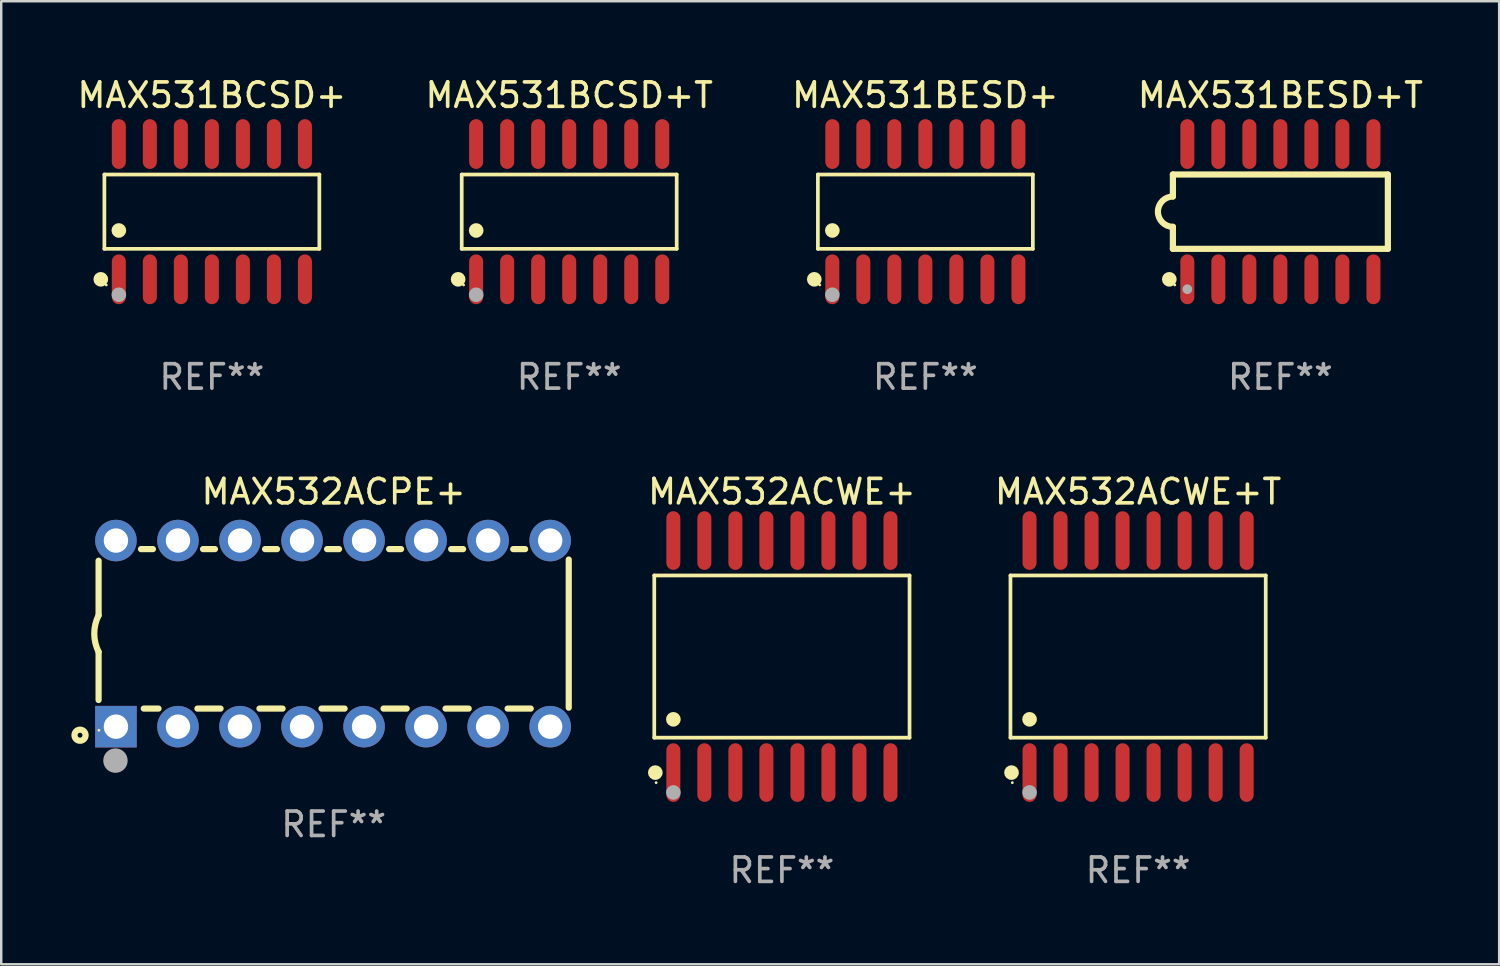
<source format=kicad_pcb>
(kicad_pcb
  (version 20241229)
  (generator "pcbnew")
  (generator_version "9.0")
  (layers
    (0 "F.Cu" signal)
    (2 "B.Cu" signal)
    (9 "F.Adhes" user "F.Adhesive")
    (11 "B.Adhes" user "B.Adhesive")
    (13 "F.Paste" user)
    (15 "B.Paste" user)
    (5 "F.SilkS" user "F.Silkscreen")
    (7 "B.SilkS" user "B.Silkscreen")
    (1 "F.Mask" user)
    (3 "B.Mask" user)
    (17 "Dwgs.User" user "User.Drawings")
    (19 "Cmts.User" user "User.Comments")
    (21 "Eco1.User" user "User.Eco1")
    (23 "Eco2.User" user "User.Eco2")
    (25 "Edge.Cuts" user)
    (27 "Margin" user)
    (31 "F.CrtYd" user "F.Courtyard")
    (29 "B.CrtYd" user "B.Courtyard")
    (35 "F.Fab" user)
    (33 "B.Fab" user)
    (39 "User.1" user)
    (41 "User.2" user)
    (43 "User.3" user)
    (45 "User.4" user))
  (footprint "MAX531BESD+T"
    (layer "F.Cu")
    (at 49.375 5.617)
    (property "Reference" "MAX531BESD+T" (at 0 -4.769 0) (layer "F.SilkS") (effects (font (size 1 1) (thickness 0.15))))
    (attr through_hole)
    (fp_line (start -4.401 -1.522) (end -4.401 -0.622) (stroke (width 0.254) (type solid)) (layer "F.SilkS"))
    (fp_line (start -4.401 -1.522) (end 4.401 -1.522) (stroke (width 0.254) (type solid)) (layer "F.SilkS"))
    (fp_line (start -4.401 1.521) (end -4.401 0.621) (stroke (width 0.254) (type solid)) (layer "F.SilkS"))
    (fp_line (start 4.401 -1.522) (end 4.401 1.521) (stroke (width 0.254) (type solid)) (layer "F.SilkS"))
    (fp_line (start 4.401 1.521) (end -4.401 1.521) (stroke (width 0.254) (type solid)) (layer "F.SilkS"))
    (fp_arc (start -4.401219 0.621311) (mid -5.021261 -0.000419) (end -4.400101 -0.621032) (stroke (width 0.254001) (type solid)) (layer "F.SilkS"))
    (fp_circle (center -4.549 2.769) (end -4.399 2.769) (stroke (width 0.3) (type solid)) (fill no) (layer "F.SilkS"))
    (fp_circle (center -4.325 3) (end -4.295 3) (stroke (width 0.06) (type solid)) (fill no) (layer "F.SilkS"))
    (fp_circle (center -3.81 3.175) (end -3.71 3.175) (stroke (width 0.2) (type solid)) (fill no) (layer "F.Fab"))
    (fp_text user "REF**" (at 0 6.769 0) (layer "F.Fab") (effects (font (size 1 1) (thickness 0.15))))
    (pad "1" smd oval (at -3.81 2.769) (size 0.574 2.038) (layers "F.Cu" "F.Mask" "F.Paste"))
    (pad "2" smd oval (at -2.54 2.769) (size 0.574 2.038) (layers "F.Cu" "F.Mask" "F.Paste"))
    (pad "3" smd oval (at -1.27 2.769) (size 0.574 2.038) (layers "F.Cu" "F.Mask" "F.Paste"))
    (pad "4" smd oval (at -0.000051 2.769) (size 0.574 2.038) (layers "F.Cu" "F.Mask" "F.Paste"))
    (pad "5" smd oval (at 1.27 2.769) (size 0.574 2.038) (layers "F.Cu" "F.Mask" "F.Paste"))
    (pad "6" smd oval (at 2.54 2.769) (size 0.574 2.038) (layers "F.Cu" "F.Mask" "F.Paste"))
    (pad "7" smd oval (at 3.81 2.769) (size 0.574 2.038) (layers "F.Cu" "F.Mask" "F.Paste"))
    (pad "8" smd oval (at 3.81 -2.769) (size 0.574 2.038) (layers "F.Cu" "F.Mask" "F.Paste"))
    (pad "9" smd oval (at 2.54 -2.769) (size 0.574 2.038) (layers "F.Cu" "F.Mask" "F.Paste"))
    (pad "10" smd oval (at 1.27 -2.769) (size 0.574 2.038) (layers "F.Cu" "F.Mask" "F.Paste"))
    (pad "11" smd oval (at -0.000051 -2.769) (size 0.574 2.038) (layers "F.Cu" "F.Mask" "F.Paste"))
    (pad "12" smd oval (at -1.27 -2.769) (size 0.574 2.038) (layers "F.Cu" "F.Mask" "F.Paste"))
    (pad "13" smd oval (at -2.54 -2.769) (size 0.574 2.038) (layers "F.Cu" "F.Mask" "F.Paste"))
    (pad "14" smd oval (at -3.81 -2.769) (size 0.574 2.038) (layers "F.Cu" "F.Mask" "F.Paste")))
  (footprint "MAX531BESD+"
    (layer "F.Cu")
    (at 34.839 5.617)
    (property "Reference" "MAX531BESD+" (at 0 -4.769 0) (layer "F.SilkS") (effects (font (size 1 1) (thickness 0.15))))
    (attr through_hole)
    (fp_line (start -4.401 -1.521) (end 4.401 -1.521) (stroke (width 0.152) (type solid)) (layer "F.SilkS"))
    (fp_line (start -4.401 1.521) (end -4.401 -1.521) (stroke (width 0.152) (type solid)) (layer "F.SilkS"))
    (fp_line (start 4.401 -1.521) (end 4.401 1.521) (stroke (width 0.152) (type solid)) (layer "F.SilkS"))
    (fp_line (start 4.401 1.521) (end -4.401 1.521) (stroke (width 0.152) (type solid)) (layer "F.SilkS"))
    (fp_circle (center -4.549 2.769) (end -4.399 2.769) (stroke (width 0.3) (type solid)) (fill no) (layer "F.SilkS"))
    (fp_circle (center -4.325 3) (end -4.295 3) (stroke (width 0.06) (type solid)) (fill no) (layer "F.SilkS"))
    (fp_circle (center -3.81 0.769) (end -3.66 0.769) (stroke (width 0.3) (type solid)) (fill no) (layer "F.SilkS"))
    (fp_circle (center -3.81 3.4) (end -3.66 3.4) (stroke (width 0.3) (type solid)) (fill no) (layer "F.Fab"))
    (fp_text user "REF**" (at 0 6.769 0) (layer "F.Fab") (effects (font (size 1 1) (thickness 0.15))))
    (pad "1" smd oval (at -3.81 2.769) (size 0.574 2.038) (layers "F.Cu" "F.Mask" "F.Paste"))
    (pad "2" smd oval (at -2.54 2.769) (size 0.574 2.038) (layers "F.Cu" "F.Mask" "F.Paste"))
    (pad "3" smd oval (at -1.27 2.769) (size 0.574 2.038) (layers "F.Cu" "F.Mask" "F.Paste"))
    (pad "4" smd oval (at 0 2.769) (size 0.574 2.038) (layers "F.Cu" "F.Mask" "F.Paste"))
    (pad "5" smd oval (at 1.27 2.769) (size 0.574 2.038) (layers "F.Cu" "F.Mask" "F.Paste"))
    (pad "6" smd oval (at 2.54 2.769) (size 0.574 2.038) (layers "F.Cu" "F.Mask" "F.Paste"))
    (pad "7" smd oval (at 3.81 2.769) (size 0.574 2.038) (layers "F.Cu" "F.Mask" "F.Paste"))
    (pad "8" smd oval (at 3.81 -2.769) (size 0.574 2.038) (layers "F.Cu" "F.Mask" "F.Paste"))
    (pad "9" smd oval (at 2.54 -2.769) (size 0.574 2.038) (layers "F.Cu" "F.Mask" "F.Paste"))
    (pad "10" smd oval (at 1.27 -2.769) (size 0.574 2.038) (layers "F.Cu" "F.Mask" "F.Paste"))
    (pad "11" smd oval (at 0 -2.769) (size 0.574 2.038) (layers "F.Cu" "F.Mask" "F.Paste"))
    (pad "12" smd oval (at -1.27 -2.769) (size 0.574 2.038) (layers "F.Cu" "F.Mask" "F.Paste"))
    (pad "13" smd oval (at -2.54 -2.769) (size 0.574 2.038) (layers "F.Cu" "F.Mask" "F.Paste"))
    (pad "14" smd oval (at -3.81 -2.769) (size 0.574 2.038) (layers "F.Cu" "F.Mask" "F.Paste")))
  (footprint "MAX532ACWE+"
    (layer "F.Cu")
    (at 28.965 23.833)
    (property "Reference" "MAX532ACWE+" (at 0 -6.75 0) (layer "F.SilkS") (effects (font (size 1 1) (thickness 0.15))))
    (attr through_hole)
    (fp_line (start -5.226 -3.321) (end 5.226 -3.321) (stroke (width 0.152) (type solid)) (layer "F.SilkS"))
    (fp_line (start -5.226 3.321) (end -5.226 -3.321) (stroke (width 0.152) (type solid)) (layer "F.SilkS"))
    (fp_line (start 5.226 -3.321) (end 5.226 3.321) (stroke (width 0.152) (type solid)) (layer "F.SilkS"))
    (fp_line (start 5.226 3.321) (end -5.226 3.321) (stroke (width 0.152) (type solid)) (layer "F.SilkS"))
    (fp_circle (center -5.184 4.75) (end -5.034 4.75) (stroke (width 0.3) (type solid)) (fill no) (layer "F.SilkS"))
    (fp_circle (center -5.15 5.163) (end -5.12 5.163) (stroke (width 0.06) (type solid)) (fill no) (layer "F.SilkS"))
    (fp_circle (center -4.445 2.569) (end -4.295 2.569) (stroke (width 0.3) (type solid)) (fill no) (layer "F.SilkS"))
    (fp_circle (center -4.445 5.563) (end -4.295 5.563) (stroke (width 0.3) (type solid)) (fill no) (layer "F.Fab"))
    (fp_text user "REF**" (at 0 8.75 0) (layer "F.Fab") (effects (font (size 1 1) (thickness 0.15))))
    (pad "1" smd oval (at -4.445 4.75) (size 0.574 2.401) (layers "F.Cu" "F.Mask" "F.Paste"))
    (pad "2" smd oval (at -3.175 4.75) (size 0.574 2.401) (layers "F.Cu" "F.Mask" "F.Paste"))
    (pad "3" smd oval (at -1.905 4.75) (size 0.574 2.401) (layers "F.Cu" "F.Mask" "F.Paste"))
    (pad "4" smd oval (at -0.635 4.75) (size 0.574 2.401) (layers "F.Cu" "F.Mask" "F.Paste"))
    (pad "5" smd oval (at 0.635 4.75) (size 0.574 2.401) (layers "F.Cu" "F.Mask" "F.Paste"))
    (pad "6" smd oval (at 1.905 4.75) (size 0.574 2.401) (layers "F.Cu" "F.Mask" "F.Paste"))
    (pad "7" smd oval (at 3.175 4.75) (size 0.574 2.401) (layers "F.Cu" "F.Mask" "F.Paste"))
    (pad "8" smd oval (at 4.445 4.75) (size 0.574 2.401) (layers "F.Cu" "F.Mask" "F.Paste"))
    (pad "9" smd oval (at 4.445 -4.75) (size 0.574 2.401) (layers "F.Cu" "F.Mask" "F.Paste"))
    (pad "10" smd oval (at 3.175 -4.75) (size 0.574 2.401) (layers "F.Cu" "F.Mask" "F.Paste"))
    (pad "11" smd oval (at 1.905 -4.75) (size 0.574 2.401) (layers "F.Cu" "F.Mask" "F.Paste"))
    (pad "12" smd oval (at 0.635 -4.75) (size 0.574 2.401) (layers "F.Cu" "F.Mask" "F.Paste"))
    (pad "13" smd oval (at -0.635 -4.75) (size 0.574 2.401) (layers "F.Cu" "F.Mask" "F.Paste"))
    (pad "14" smd oval (at -1.905 -4.75) (size 0.574 2.401) (layers "F.Cu" "F.Mask" "F.Paste"))
    (pad "15" smd oval (at -3.175 -4.75) (size 0.574 2.401) (layers "F.Cu" "F.Mask" "F.Paste"))
    (pad "16" smd oval (at -4.445 -4.75) (size 0.574 2.401) (layers "F.Cu" "F.Mask" "F.Paste")))
  (footprint "MAX531BCSD+"
    (layer "F.Cu")
    (at 5.625 5.617)
    (property "Reference" "MAX531BCSD+" (at 0 -4.769 0) (layer "F.SilkS") (effects (font (size 1 1) (thickness 0.15))))
    (attr through_hole)
    (fp_line (start -4.401 -1.521) (end 4.401 -1.521) (stroke (width 0.152) (type solid)) (layer "F.SilkS"))
    (fp_line (start -4.401 1.521) (end -4.401 -1.521) (stroke (width 0.152) (type solid)) (layer "F.SilkS"))
    (fp_line (start 4.401 -1.521) (end 4.401 1.521) (stroke (width 0.152) (type solid)) (layer "F.SilkS"))
    (fp_line (start 4.401 1.521) (end -4.401 1.521) (stroke (width 0.152) (type solid)) (layer "F.SilkS"))
    (fp_circle (center -4.549 2.769) (end -4.399 2.769) (stroke (width 0.3) (type solid)) (fill no) (layer "F.SilkS"))
    (fp_circle (center -4.325 3) (end -4.295 3) (stroke (width 0.06) (type solid)) (fill no) (layer "F.SilkS"))
    (fp_circle (center -3.81 0.769) (end -3.66 0.769) (stroke (width 0.3) (type solid)) (fill no) (layer "F.SilkS"))
    (fp_circle (center -3.81 3.4) (end -3.66 3.4) (stroke (width 0.3) (type solid)) (fill no) (layer "F.Fab"))
    (fp_text user "REF**" (at 0 6.769 0) (layer "F.Fab") (effects (font (size 1 1) (thickness 0.15))))
    (pad "1" smd oval (at -3.81 2.769) (size 0.574 2.038) (layers "F.Cu" "F.Mask" "F.Paste"))
    (pad "2" smd oval (at -2.54 2.769) (size 0.574 2.038) (layers "F.Cu" "F.Mask" "F.Paste"))
    (pad "3" smd oval (at -1.27 2.769) (size 0.574 2.038) (layers "F.Cu" "F.Mask" "F.Paste"))
    (pad "4" smd oval (at 0 2.769) (size 0.574 2.038) (layers "F.Cu" "F.Mask" "F.Paste"))
    (pad "5" smd oval (at 1.27 2.769) (size 0.574 2.038) (layers "F.Cu" "F.Mask" "F.Paste"))
    (pad "6" smd oval (at 2.54 2.769) (size 0.574 2.038) (layers "F.Cu" "F.Mask" "F.Paste"))
    (pad "7" smd oval (at 3.81 2.769) (size 0.574 2.038) (layers "F.Cu" "F.Mask" "F.Paste"))
    (pad "8" smd oval (at 3.81 -2.769) (size 0.574 2.038) (layers "F.Cu" "F.Mask" "F.Paste"))
    (pad "9" smd oval (at 2.54 -2.769) (size 0.574 2.038) (layers "F.Cu" "F.Mask" "F.Paste"))
    (pad "10" smd oval (at 1.27 -2.769) (size 0.574 2.038) (layers "F.Cu" "F.Mask" "F.Paste"))
    (pad "11" smd oval (at 0 -2.769) (size 0.574 2.038) (layers "F.Cu" "F.Mask" "F.Paste"))
    (pad "12" smd oval (at -1.27 -2.769) (size 0.574 2.038) (layers "F.Cu" "F.Mask" "F.Paste"))
    (pad "13" smd oval (at -2.54 -2.769) (size 0.574 2.038) (layers "F.Cu" "F.Mask" "F.Paste"))
    (pad "14" smd oval (at -3.81 -2.769) (size 0.574 2.038) (layers "F.Cu" "F.Mask" "F.Paste")))
  (footprint "MAX532ACWE+T"
    (layer "F.Cu")
    (at 43.549 23.833)
    (property "Reference" "MAX532ACWE+T" (at 0 -6.75 0) (layer "F.SilkS") (effects (font (size 1 1) (thickness 0.15))))
    (attr through_hole)
    (fp_line (start -5.226 -3.321) (end 5.226 -3.321) (stroke (width 0.152) (type solid)) (layer "F.SilkS"))
    (fp_line (start -5.226 3.321) (end -5.226 -3.321) (stroke (width 0.152) (type solid)) (layer "F.SilkS"))
    (fp_line (start 5.226 -3.321) (end 5.226 3.321) (stroke (width 0.152) (type solid)) (layer "F.SilkS"))
    (fp_line (start 5.226 3.321) (end -5.226 3.321) (stroke (width 0.152) (type solid)) (layer "F.SilkS"))
    (fp_circle (center -5.184 4.75) (end -5.034 4.75) (stroke (width 0.3) (type solid)) (fill no) (layer "F.SilkS"))
    (fp_circle (center -5.15 5.163) (end -5.12 5.163) (stroke (width 0.06) (type solid)) (fill no) (layer "F.SilkS"))
    (fp_circle (center -4.445 2.569) (end -4.295 2.569) (stroke (width 0.3) (type solid)) (fill no) (layer "F.SilkS"))
    (fp_circle (center -4.445 5.563) (end -4.295 5.563) (stroke (width 0.3) (type solid)) (fill no) (layer "F.Fab"))
    (fp_text user "REF**" (at 0 8.75 0) (layer "F.Fab") (effects (font (size 1 1) (thickness 0.15))))
    (pad "1" smd oval (at -4.445 4.75) (size 0.574 2.401) (layers "F.Cu" "F.Mask" "F.Paste"))
    (pad "2" smd oval (at -3.175 4.75) (size 0.574 2.401) (layers "F.Cu" "F.Mask" "F.Paste"))
    (pad "3" smd oval (at -1.905 4.75) (size 0.574 2.401) (layers "F.Cu" "F.Mask" "F.Paste"))
    (pad "4" smd oval (at -0.635 4.75) (size 0.574 2.401) (layers "F.Cu" "F.Mask" "F.Paste"))
    (pad "5" smd oval (at 0.635 4.75) (size 0.574 2.401) (layers "F.Cu" "F.Mask" "F.Paste"))
    (pad "6" smd oval (at 1.905 4.75) (size 0.574 2.401) (layers "F.Cu" "F.Mask" "F.Paste"))
    (pad "7" smd oval (at 3.175 4.75) (size 0.574 2.401) (layers "F.Cu" "F.Mask" "F.Paste"))
    (pad "8" smd oval (at 4.445 4.75) (size 0.574 2.401) (layers "F.Cu" "F.Mask" "F.Paste"))
    (pad "9" smd oval (at 4.445 -4.75) (size 0.574 2.401) (layers "F.Cu" "F.Mask" "F.Paste"))
    (pad "10" smd oval (at 3.175 -4.75) (size 0.574 2.401) (layers "F.Cu" "F.Mask" "F.Paste"))
    (pad "11" smd oval (at 1.905 -4.75) (size 0.574 2.401) (layers "F.Cu" "F.Mask" "F.Paste"))
    (pad "12" smd oval (at 0.635 -4.75) (size 0.574 2.401) (layers "F.Cu" "F.Mask" "F.Paste"))
    (pad "13" smd oval (at -0.635 -4.75) (size 0.574 2.401) (layers "F.Cu" "F.Mask" "F.Paste"))
    (pad "14" smd oval (at -1.905 -4.75) (size 0.574 2.401) (layers "F.Cu" "F.Mask" "F.Paste"))
    (pad "15" smd oval (at -3.175 -4.75) (size 0.574 2.401) (layers "F.Cu" "F.Mask" "F.Paste"))
    (pad "16" smd oval (at -4.445 -4.75) (size 0.574 2.401) (layers "F.Cu" "F.Mask" "F.Paste")))
  (footprint "MAX532ACPE+"
    (layer "F.Cu")
    (at 10.612 22.893)
    (property "Reference" "MAX532ACPE+" (at 0 -5.81 0) (layer "F.SilkS") (effects (font (size 1 1) (thickness 0.15))))
    (attr through_hole)
    (fp_line (start -9.625 -0.75) (end -9.625 -2.985) (stroke (width 0.254) (type solid)) (layer "F.SilkS"))
    (fp_line (start -9.625 0.749) (end -9.625 2.719) (stroke (width 0.254) (type solid)) (layer "F.SilkS"))
    (fp_line (start -7.889 -3.46) (end -7.401 -3.46) (stroke (width 0.254) (type solid)) (layer "F.SilkS"))
    (fp_line (start -7.775 3.07) (end -7.172 3.07) (stroke (width 0.254) (type solid)) (layer "F.SilkS"))
    (fp_line (start -5.578 3.07) (end -4.632 3.07) (stroke (width 0.254) (type solid)) (layer "F.SilkS"))
    (fp_line (start -5.349 -3.46) (end -4.861 -3.46) (stroke (width 0.254) (type solid)) (layer "F.SilkS"))
    (fp_line (start -3.038 3.07) (end -2.092 3.07) (stroke (width 0.254) (type solid)) (layer "F.SilkS"))
    (fp_line (start -2.809 -3.46) (end -2.321 -3.46) (stroke (width 0.254) (type solid)) (layer "F.SilkS"))
    (fp_line (start -0.498 3.07) (end 0.448 3.07) (stroke (width 0.254) (type solid)) (layer "F.SilkS"))
    (fp_line (start -0.269 -3.46) (end 0.219 -3.46) (stroke (width 0.254) (type solid)) (layer "F.SilkS"))
    (fp_line (start 2.042 3.07) (end 2.988 3.07) (stroke (width 0.254) (type solid)) (layer "F.SilkS"))
    (fp_line (start 2.271 -3.46) (end 2.759 -3.46) (stroke (width 0.254) (type solid)) (layer "F.SilkS"))
    (fp_line (start 4.582 3.07) (end 5.528 3.07) (stroke (width 0.254) (type solid)) (layer "F.SilkS"))
    (fp_line (start 4.811 -3.46) (end 5.299 -3.46) (stroke (width 0.254) (type solid)) (layer "F.SilkS"))
    (fp_line (start 7.122 3.07) (end 8.068 3.07) (stroke (width 0.254) (type solid)) (layer "F.SilkS"))
    (fp_line (start 7.351 -3.46) (end 7.839 -3.46) (stroke (width 0.254) (type solid)) (layer "F.SilkS"))
    (fp_line (start 9.625 3.032) (end 9.625 -3.032) (stroke (width 0.254) (type solid)) (layer "F.SilkS"))
    (fp_arc (start -9.62498 0.748819) (mid -9.801899 -0.000581) (end -9.625006 -0.749987) (stroke (width 0.254001) (type solid)) (layer "F.SilkS"))
    (fp_circle (center -10.385 4.16) (end -10.285 4.16) (stroke (width 0.254) (type solid)) (fill no) (layer "F.SilkS"))
    (fp_circle (center -9.612 3.957) (end -9.582 3.957) (stroke (width 0.06) (type solid)) (fill no) (layer "F.SilkS"))
    (fp_circle (center -8.935 5.2) (end -8.685 5.2) (stroke (width 0.5) (type solid)) (fill no) (layer "F.Fab"))
    (fp_text user "REF**" (at 0 7.81 0) (layer "F.Fab") (effects (font (size 1 1) (thickness 0.15))))
    (pad "1" thru_hole rect (at -8.915 3.81) (size 1.7 1.7) (drill 1) (layers "*.Cu" "*.Mask"))
    (pad "2" thru_hole circle (at -6.375 3.81) (size 1.7 1.7) (drill 1) (layers "*.Cu" "*.Mask"))
    (pad "3" thru_hole circle (at -3.835 3.81) (size 1.7 1.7) (drill 1) (layers "*.Cu" "*.Mask"))
    (pad "4" thru_hole circle (at -1.295 3.81) (size 1.7 1.7) (drill 1) (layers "*.Cu" "*.Mask"))
    (pad "5" thru_hole circle (at 1.245 3.81) (size 1.7 1.7) (drill 1) (layers "*.Cu" "*.Mask"))
    (pad "6" thru_hole circle (at 3.785 3.81) (size 1.7 1.7) (drill 1) (layers "*.Cu" "*.Mask"))
    (pad "7" thru_hole circle (at 6.325 3.81) (size 1.7 1.7) (drill 1) (layers "*.Cu" "*.Mask"))
    (pad "8" thru_hole circle (at 8.865 3.81) (size 1.7 1.7) (drill 1) (layers "*.Cu" "*.Mask"))
    (pad "9" thru_hole circle (at 8.865 -3.81) (size 1.7 1.7) (drill 1) (layers "*.Cu" "*.Mask"))
    (pad "10" thru_hole circle (at 6.325 -3.81) (size 1.7 1.7) (drill 1) (layers "*.Cu" "*.Mask"))
    (pad "11" thru_hole circle (at 3.785 -3.81) (size 1.7 1.7) (drill 1) (layers "*.Cu" "*.Mask"))
    (pad "12" thru_hole circle (at 1.245 -3.81) (size 1.7 1.7) (drill 1) (layers "*.Cu" "*.Mask"))
    (pad "13" thru_hole circle (at -1.295 -3.81) (size 1.7 1.7) (drill 1) (layers "*.Cu" "*.Mask"))
    (pad "14" thru_hole circle (at -3.835 -3.81) (size 1.7 1.7) (drill 1) (layers "*.Cu" "*.Mask"))
    (pad "15" thru_hole circle (at -6.375 -3.81) (size 1.7 1.7) (drill 1) (layers "*.Cu" "*.Mask"))
    (pad "16" thru_hole circle (at -8.915 -3.81) (size 1.7 1.7) (drill 1) (layers "*.Cu" "*.Mask")))
  (footprint "MAX531BCSD+T"
    (layer "F.Cu")
    (at 20.256 5.617)
    (property "Reference" "MAX531BCSD+T" (at 0 -4.769 0) (layer "F.SilkS") (effects (font (size 1 1) (thickness 0.15))))
    (attr through_hole)
    (fp_line (start -4.401 -1.521) (end 4.401 -1.521) (stroke (width 0.152) (type solid)) (layer "F.SilkS"))
    (fp_line (start -4.401 1.521) (end -4.401 -1.521) (stroke (width 0.152) (type solid)) (layer "F.SilkS"))
    (fp_line (start 4.401 -1.521) (end 4.401 1.521) (stroke (width 0.152) (type solid)) (layer "F.SilkS"))
    (fp_line (start 4.401 1.521) (end -4.401 1.521) (stroke (width 0.152) (type solid)) (layer "F.SilkS"))
    (fp_circle (center -4.549 2.769) (end -4.399 2.769) (stroke (width 0.3) (type solid)) (fill no) (layer "F.SilkS"))
    (fp_circle (center -4.325 3) (end -4.295 3) (stroke (width 0.06) (type solid)) (fill no) (layer "F.SilkS"))
    (fp_circle (center -3.81 0.769) (end -3.66 0.769) (stroke (width 0.3) (type solid)) (fill no) (layer "F.SilkS"))
    (fp_circle (center -3.81 3.4) (end -3.66 3.4) (stroke (width 0.3) (type solid)) (fill no) (layer "F.Fab"))
    (fp_text user "REF**" (at 0 6.769 0) (layer "F.Fab") (effects (font (size 1 1) (thickness 0.15))))
    (pad "1" smd oval (at -3.81 2.769) (size 0.574 2.038) (layers "F.Cu" "F.Mask" "F.Paste"))
    (pad "2" smd oval (at -2.54 2.769) (size 0.574 2.038) (layers "F.Cu" "F.Mask" "F.Paste"))
    (pad "3" smd oval (at -1.27 2.769) (size 0.574 2.038) (layers "F.Cu" "F.Mask" "F.Paste"))
    (pad "4" smd oval (at 0 2.769) (size 0.574 2.038) (layers "F.Cu" "F.Mask" "F.Paste"))
    (pad "5" smd oval (at 1.27 2.769) (size 0.574 2.038) (layers "F.Cu" "F.Mask" "F.Paste"))
    (pad "6" smd oval (at 2.54 2.769) (size 0.574 2.038) (layers "F.Cu" "F.Mask" "F.Paste"))
    (pad "7" smd oval (at 3.81 2.769) (size 0.574 2.038) (layers "F.Cu" "F.Mask" "F.Paste"))
    (pad "8" smd oval (at 3.81 -2.769) (size 0.574 2.038) (layers "F.Cu" "F.Mask" "F.Paste"))
    (pad "9" smd oval (at 2.54 -2.769) (size 0.574 2.038) (layers "F.Cu" "F.Mask" "F.Paste"))
    (pad "10" smd oval (at 1.27 -2.769) (size 0.574 2.038) (layers "F.Cu" "F.Mask" "F.Paste"))
    (pad "11" smd oval (at 0 -2.769) (size 0.574 2.038) (layers "F.Cu" "F.Mask" "F.Paste"))
    (pad "12" smd oval (at -1.27 -2.769) (size 0.574 2.038) (layers "F.Cu" "F.Mask" "F.Paste"))
    (pad "13" smd oval (at -2.54 -2.769) (size 0.574 2.038) (layers "F.Cu" "F.Mask" "F.Paste"))
    (pad "14" smd oval (at -3.81 -2.769) (size 0.574 2.038) (layers "F.Cu" "F.Mask" "F.Paste")))
  (gr_rect
    (start -3 -3)
    (end 58.333 36.432)
    (stroke (width 0.1) (type default))
    (fill no)
    (layer "Edge.Cuts")))
</source>
